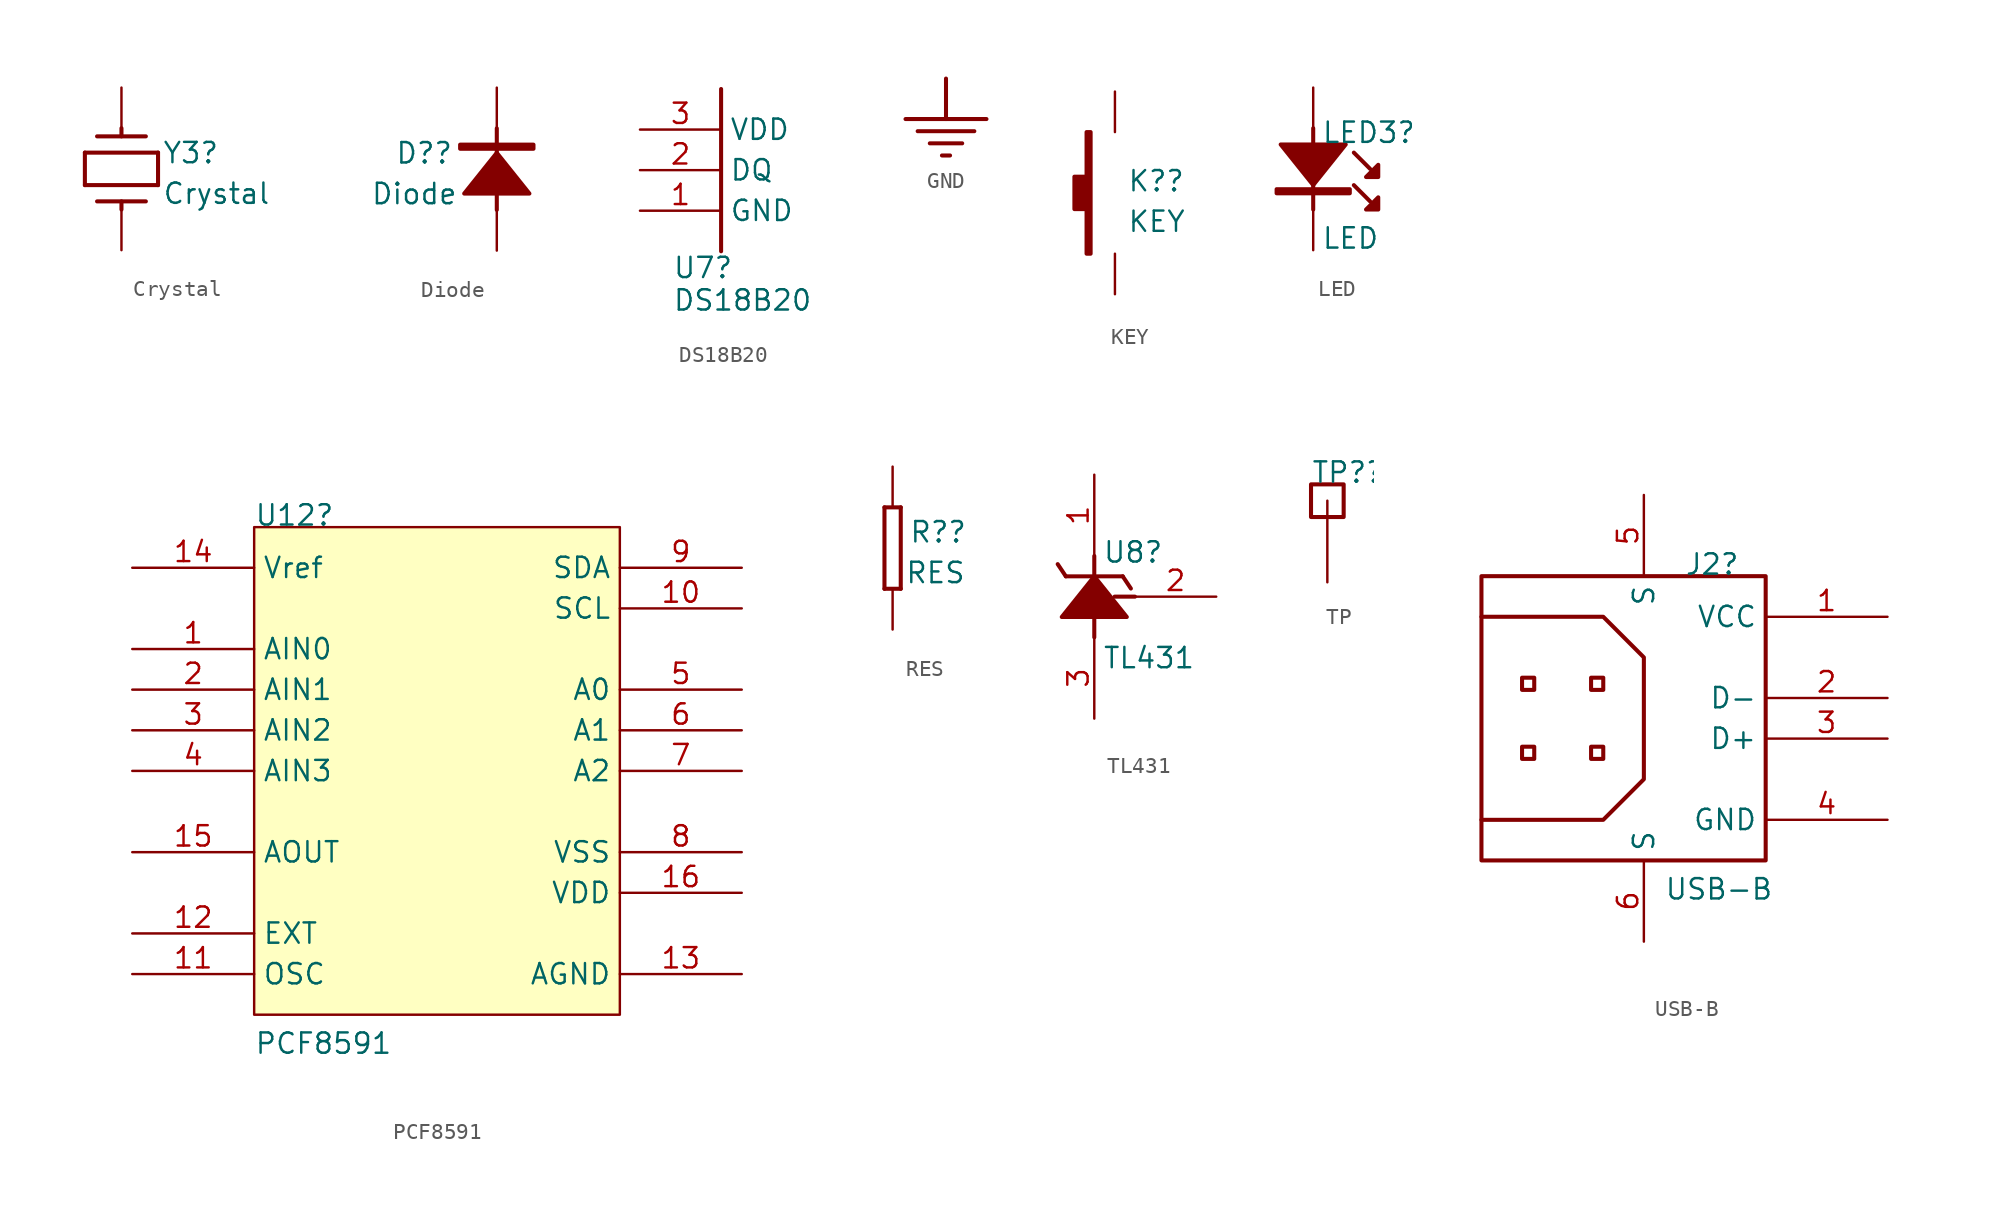
<source format=kicad_sym>
(kicad_symbol_lib
  (version 20211014)
  (generator kicad_symbol_editor)
  (symbol "Crystal"
    (property "Reference" "Y3"
      (at 5.08 5.334 0)
      (effects (font (size 1.27 1.27)) (justify left bottom)))
    (property "Value" "Crystal"
      (at 5.08 2.794 0)
      (effects (font (size 1.27 1.27)) (justify left bottom)))
    (symbol "Crystal_1_0"
      (polyline (pts (xy 0.254 4.064) (xy 0.254 6.096)) (stroke (width 0.254) (type default) (color 0 0 0 0)) (fill (type none)))
      (polyline (pts (xy 0.254 4.064) (xy 4.826 4.064)) (stroke (width 0.254) (type default) (color 0 0 0 0)) (fill (type none)))
      (polyline (pts (xy 0.254 6.096) (xy 4.826 6.096)) (stroke (width 0.254) (type default) (color 0 0 0 0)) (fill (type none)))
      (polyline (pts (xy 1.016 3.048) (xy 4.064 3.048)) (stroke (width 0.254) (type default) (color 0 0 0 0)) (fill (type none)))
      (polyline (pts (xy 1.016 7.112) (xy 4.064 7.112)) (stroke (width 0.254) (type default) (color 0 0 0 0)) (fill (type none)))
      (polyline (pts (xy 2.54 2.54) (xy 2.54 3.048)) (stroke (width 0.254) (type default) (color 0 0 0 0)) (fill (type none)))
      (polyline (pts (xy 2.54 7.112) (xy 2.54 7.62)) (stroke (width 0.254) (type default) (color 0 0 0 0)) (fill (type none)))
      (polyline (pts (xy 4.826 4.064) (xy 4.826 6.096)) (stroke (width 0.254) (type default) (color 0 0 0 0)) (fill (type none)))
      (pin passive line (at 2.54 0 90) (length 2.54) (name "1" (effects (font (size 0 0)))) (number "1" (effects (font (size 0 0)))))
      (pin passive line (at 2.54 10.16 270) (length 2.54) (name "2" (effects (font (size 0 0)))) (number "2" (effects (font (size 0 0)))))))
  (symbol "Diode"
    (property "Reference" "D?"
      (at -6.35 5.334 0)
      (effects (font (size 1.27 1.27)) (justify left bottom)))
    (property "Value" "Diode"
      (at -7.874 2.794 0)
      (effects (font (size 1.27 1.27)) (justify left bottom)))
    (symbol "Diode_1_0"
      (polyline (pts (xy 0 2.54) (xy 0 7.62)) (stroke (width 0.254) (type default) (color 0 0 0 0)) (fill (type none)))
      (polyline (pts (xy -2.032 3.556) (xy 0 6.096) (xy 2.032 3.556) (xy -2.032 3.556)) (stroke (width 0.254) (type default) (color 0 0 0 0)) (fill (type outline)))
      (polyline (pts (xy -2.286 6.35) (xy -2.286 6.604) (xy 2.286 6.604) (xy 2.286 6.35) (xy -2.286 6.35)) (stroke (width 0.254) (type default) (color 0 0 0 0)) (fill (type outline)))
      (pin passive line (at 0 0 90) (length 2.54) (name "1" (effects (font (size 0 0)))) (number "A" (effects (font (size 0 0)))))
      (pin passive line (at 0 10.16 270) (length 2.54) (name "2" (effects (font (size 0 0)))) (number "K" (effects (font (size 0 0)))))))
  (symbol "DS18B20"
    (property "Reference" "U7"
      (at -5.588 -6.858 0)
      (effects (font (size 1.27 1.27)) (justify left bottom)))
    (property "Value" "DS18B20"
      (at -5.588 -8.89 0)
      (effects (font (size 1.27 1.27)) (justify left bottom)))
    (symbol "DS18B20_1_0"
      (polyline (pts (xy -2.54 -5.08) (xy -2.54 5.08)) (stroke (width 0.254) (type default) (color 0 0 0 0)) (fill (type none)))
      (pin passive line (at -7.62 -2.54 0) (length 5.08) (name "GND" (effects (font (size 1.27 1.27)))) (number "1" (effects (font (size 1.27 1.27)))))
      (pin passive line (at -7.62 0 0) (length 5.08) (name "DQ" (effects (font (size 1.27 1.27)))) (number "2" (effects (font (size 1.27 1.27)))))
      (pin passive line (at -7.62 2.54 0) (length 5.08) (name "VDD" (effects (font (size 1.27 1.27)))) (number "3" (effects (font (size 1.27 1.27)))))))
  (symbol "GND"
    (power)
    (property "Reference" "#PWR?"
      (at 0 0 0)
      (effects (font (size 1.27 1.27)) hide))
    (symbol "GND_0_0"
      (polyline (pts (xy -2.54 -2.54) (xy 2.54 -2.54)) (stroke (width 0.254) (type default) (color 0 0 0 0)) (fill (type none)))
      (polyline (pts (xy -1.778 -3.302) (xy 1.778 -3.302)) (stroke (width 0.254) (type default) (color 0 0 0 0)) (fill (type none)))
      (polyline (pts (xy -1.016 -4.064) (xy 1.016 -4.064)) (stroke (width 0.254) (type default) (color 0 0 0 0)) (fill (type none)))
      (polyline (pts (xy -0.254 -4.826) (xy 0.254 -4.826)) (stroke (width 0.254) (type default) (color 0 0 0 0)) (fill (type none)))
      (polyline (pts (xy 0 0) (xy 0 -2.54)) (stroke (width 0.254) (type default) (color 0 0 0 0)) (fill (type none)))
      (pin power_in line (at 0 0 0) (length 0) hide (name "GND" (effects (font (size 1.27 1.27)))) (number "" (effects (font (size 1.27 1.27)))))))
  (symbol "KEY"
    (property "Reference" "K?"
      (at 3.302 6.35 0)
      (effects (font (size 1.27 1.27)) (justify left bottom)))
    (property "Value" "KEY"
      (at 3.302 3.81 0)
      (effects (font (size 1.27 1.27)) (justify left bottom)))
    (symbol "KEY_1_0"
      (polyline (pts (xy 0.762 2.54) (xy 1.016 2.54) (xy 1.016 10.16) (xy 0.762 10.16) (xy 0.762 7.366) (xy 0 7.366) (xy 0 5.334) (xy 0.762 5.334) (xy 0.762 2.54)) (stroke (width 0.254) (type default) (color 0 0 0 0)) (fill (type outline)))
      (pin passive line (at 2.54 0 90) (length 2.54) (name "1" (effects (font (size 0 0)))) (number "1" (effects (font (size 0 0)))))
      (pin passive line (at 2.54 12.7 270) (length 2.54) (name "2" (effects (font (size 0 0)))) (number "2" (effects (font (size 0 0)))))))
  (symbol "LED"
    (property "Reference" "LED3"
      (at 0.508 -3.556 0)
      (effects (font (size 1.27 1.27)) (justify left bottom)))
    (property "Value" "LED"
      (at 0.508 -10.16 0)
      (effects (font (size 1.27 1.27)) (justify left bottom)))
    (symbol "LED_1_0"
      (polyline (pts (xy 0 -2.54) (xy 0 -7.62)) (stroke (width 0.254) (type default) (color 0 0 0 0)) (fill (type none)))
      (polyline (pts (xy 3.556 -7.112) (xy 2.54 -6.096)) (stroke (width 0.254) (type default) (color 0 0 0 0)) (fill (type none)))
      (polyline (pts (xy 3.556 -5.08) (xy 2.54 -4.064)) (stroke (width 0.254) (type default) (color 0 0 0 0)) (fill (type none)))
      (polyline (pts (xy 2.032 -3.556) (xy 0 -6.096) (xy -2.032 -3.556) (xy 2.032 -3.556)) (stroke (width 0.254) (type default) (color 0 0 0 0)) (fill (type outline)))
      (polyline (pts (xy 4.064 -6.858) (xy 4.064 -7.62) (xy 3.302 -7.62) (xy 4.064 -6.858)) (stroke (width 0.254) (type default) (color 0 0 0 0)) (fill (type outline)))
      (polyline (pts (xy 4.064 -4.826) (xy 4.064 -5.588) (xy 3.302 -5.588) (xy 4.064 -4.826)) (stroke (width 0.254) (type default) (color 0 0 0 0)) (fill (type outline)))
      (polyline (pts (xy 2.286 -6.35) (xy 2.286 -6.604) (xy -2.286 -6.604) (xy -2.286 -6.35) (xy 2.286 -6.35)) (stroke (width 0.254) (type default) (color 0 0 0 0)) (fill (type outline)))
      (pin passive line (at 0 0 270) (length 2.54) (name "1" (effects (font (size 0 0)))) (number "A" (effects (font (size 0 0)))))
      (pin passive line (at 0 -10.16 90) (length 2.54) (name "2" (effects (font (size 0 0)))) (number "K" (effects (font (size 0 0)))))))
  (symbol "PCF8591"
    (property "Reference" "U12"
      (at -22.86 0 0)
      (effects (font (size 1.27 1.27)) (justify left bottom)))
    (property "Value" "PCF8591"
      (at -22.86 -33.02 0)
      (effects (font (size 1.27 1.27)) (justify left bottom)))
    (symbol "PCF8591_1_0"
      (rectangle (start 0 0) (end -22.86 -30.48) (stroke (width 0) (type default) (color 0 0 0 0)) (fill (type background)))
      (pin passive line (at -30.48 -7.62 0) (length 7.62) (name "AIN0" (effects (font (size 1.27 1.27)))) (number "1" (effects (font (size 1.27 1.27)))))
      (pin passive line (at 7.62 -5.08 180) (length 7.62) (name "SCL" (effects (font (size 1.27 1.27)))) (number "10" (effects (font (size 1.27 1.27)))))
      (pin passive line (at -30.48 -27.94 0) (length 7.62) (name "OSC" (effects (font (size 1.27 1.27)))) (number "11" (effects (font (size 1.27 1.27)))))
      (pin passive line (at -30.48 -25.4 0) (length 7.62) (name "EXT" (effects (font (size 1.27 1.27)))) (number "12" (effects (font (size 1.27 1.27)))))
      (pin passive line (at 7.62 -27.94 180) (length 7.62) (name "AGND" (effects (font (size 1.27 1.27)))) (number "13" (effects (font (size 1.27 1.27)))))
      (pin passive line (at -30.48 -2.54 0) (length 7.62) (name "Vref" (effects (font (size 1.27 1.27)))) (number "14" (effects (font (size 1.27 1.27)))))
      (pin passive line (at -30.48 -20.32 0) (length 7.62) (name "AOUT" (effects (font (size 1.27 1.27)))) (number "15" (effects (font (size 1.27 1.27)))))
      (pin passive line (at 7.62 -22.86 180) (length 7.62) (name "VDD" (effects (font (size 1.27 1.27)))) (number "16" (effects (font (size 1.27 1.27)))))
      (pin passive line (at -30.48 -10.16 0) (length 7.62) (name "AIN1" (effects (font (size 1.27 1.27)))) (number "2" (effects (font (size 1.27 1.27)))))
      (pin passive line (at -30.48 -12.7 0) (length 7.62) (name "AIN2" (effects (font (size 1.27 1.27)))) (number "3" (effects (font (size 1.27 1.27)))))
      (pin passive line (at -30.48 -15.24 0) (length 7.62) (name "AIN3" (effects (font (size 1.27 1.27)))) (number "4" (effects (font (size 1.27 1.27)))))
      (pin passive line (at 7.62 -10.16 180) (length 7.62) (name "A0" (effects (font (size 1.27 1.27)))) (number "5" (effects (font (size 1.27 1.27)))))
      (pin passive line (at 7.62 -12.7 180) (length 7.62) (name "A1" (effects (font (size 1.27 1.27)))) (number "6" (effects (font (size 1.27 1.27)))))
      (pin passive line (at 7.62 -15.24 180) (length 7.62) (name "A2" (effects (font (size 1.27 1.27)))) (number "7" (effects (font (size 1.27 1.27)))))
      (pin passive line (at 7.62 -20.32 180) (length 7.62) (name "VSS" (effects (font (size 1.27 1.27)))) (number "8" (effects (font (size 1.27 1.27)))))
      (pin passive line (at 7.62 -2.54 180) (length 7.62) (name "SDA" (effects (font (size 1.27 1.27)))) (number "9" (effects (font (size 1.27 1.27)))))))
  (symbol "RES"
    (property "Reference" "R?"
      (at 1.016 -4.826 0)
      (effects (font (size 1.27 1.27)) (justify left bottom)))
    (property "Value" "RES"
      (at 0.762 -7.366 0)
      (effects (font (size 1.27 1.27)) (justify left bottom)))
    (symbol "RES_1_0"
      (polyline (pts (xy -0.508 -2.54) (xy -0.508 -7.62)) (stroke (width 0.254) (type default) (color 0 0 0 0)) (fill (type none)))
      (polyline (pts (xy 0.508 -7.62) (xy -0.508 -7.62)) (stroke (width 0.254) (type default) (color 0 0 0 0)) (fill (type none)))
      (polyline (pts (xy 0.508 -7.62) (xy 0.508 -2.54)) (stroke (width 0.254) (type default) (color 0 0 0 0)) (fill (type none)))
      (polyline (pts (xy 0.508 -2.54) (xy -0.508 -2.54)) (stroke (width 0.254) (type default) (color 0 0 0 0)) (fill (type none)))
      (pin passive line (at 0 0 270) (length 2.54) (name "1" (effects (font (size 0 0)))) (number "1" (effects (font (size 0 0)))))
      (pin passive line (at 0 -10.16 90) (length 2.54) (name "2" (effects (font (size 0 0)))) (number "2" (effects (font (size 0 0)))))))
  (symbol "TL431"
    (property "Reference" "U8"
      (at 0.508 -5.588 0)
      (effects (font (size 1.27 1.27)) (justify left bottom)))
    (property "Value" "TL431"
      (at 0.508 -12.192 0)
      (effects (font (size 1.27 1.27)) (justify left bottom)))
    (symbol "TL431_1_0"
      (polyline (pts (xy -1.778 -6.35) (xy -2.286 -5.588)) (stroke (width 0.254) (type default) (color 0 0 0 0)) (fill (type none)))
      (polyline (pts (xy -1.778 -6.35) (xy 1.778 -6.35)) (stroke (width 0.254) (type default) (color 0 0 0 0)) (fill (type none)))
      (polyline (pts (xy 0 -10.16) (xy 0 -8.89)) (stroke (width 0.254) (type default) (color 0 0 0 0)) (fill (type none)))
      (polyline (pts (xy 0 -5.08) (xy 0 -6.35)) (stroke (width 0.254) (type default) (color 0 0 0 0)) (fill (type none)))
      (polyline (pts (xy 1.778 -6.35) (xy 2.286 -7.112)) (stroke (width 0.254) (type default) (color 0 0 0 0)) (fill (type none)))
      (polyline (pts (xy 2.54 -7.62) (xy 1.27 -7.62)) (stroke (width 0.254) (type default) (color 0 0 0 0)) (fill (type none)))
      (polyline (pts (xy 2.032 -8.89) (xy 0 -6.35) (xy -2.032 -8.89) (xy 2.032 -8.89)) (stroke (width 0.254) (type default) (color 0 0 0 0)) (fill (type outline)))
      (pin power_in line (at 0 0 270) (length 5.08) (name "CATHODE" (effects (font (size 0 0)))) (number "1" (effects (font (size 1.27 1.27)))))
      (pin passive line (at 7.62 -7.62 180) (length 5.08) (name "REF" (effects (font (size 0 0)))) (number "2" (effects (font (size 1.27 1.27)))))
      (pin power_in line (at 0 -15.24 90) (length 5.08) (name "ANODE" (effects (font (size 0 0)))) (number "3" (effects (font (size 1.27 1.27)))))))
  (symbol "TP"
    (property "Reference" "TP?"
      (at -1.016 1.016 0)
      (effects (font (size 1.27 1.27)) (justify left bottom)))
    (symbol "TP_1_0"
      (polyline (pts (xy -1.016 1.016) (xy -1.016 -1.016) (xy 1.016 -1.016) (xy 1.016 1.016) (xy -1.016 1.016)) (stroke (width 0.254) (type default) (color 0 0 0 0)) (fill (type none)))
      (pin passive line (at 0 -5.08 90) (length 5.08) (name "" (effects (font (size 0 0)))) (number "1" (effects (font (size 0 0)))))))
  (symbol "USB-B"
    (property "Reference" "J2"
      (at 12.7 0 0)
      (effects (font (size 1.27 1.27)) (justify left bottom)))
    (property "Value" "USB-B"
      (at 11.43 -20.32 0)
      (effects (font (size 1.27 1.27)) (justify left bottom)))
    (symbol "USB-B_1_0"
      (polyline (pts (xy 0 0) (xy 17.78 0) (xy 17.78 -17.78) (xy 0 -17.78) (xy 0 0)) (stroke (width 0.254) (type default) (color 0 0 0 0)) (fill (type none)))
      (polyline (pts (xy 3.302 -10.668) (xy 2.54 -10.668) (xy 2.54 -11.43) (xy 3.302 -11.43) (xy 3.302 -10.668)) (stroke (width 0.254) (type default) (color 0 0 0 0)) (fill (type none)))
      (polyline (pts (xy 3.302 -6.35) (xy 2.54 -6.35) (xy 2.54 -7.112) (xy 3.302 -7.112) (xy 3.302 -6.35)) (stroke (width 0.254) (type default) (color 0 0 0 0)) (fill (type none)))
      (polyline (pts (xy 7.62 -10.668) (xy 6.858 -10.668) (xy 6.858 -11.43) (xy 7.62 -11.43) (xy 7.62 -10.668)) (stroke (width 0.254) (type default) (color 0 0 0 0)) (fill (type none)))
      (polyline (pts (xy 7.62 -6.35) (xy 6.858 -6.35) (xy 6.858 -7.112) (xy 7.62 -7.112) (xy 7.62 -6.35)) (stroke (width 0.254) (type default) (color 0 0 0 0)) (fill (type none)))
      (polyline (pts (xy 0 -2.54) (xy 7.62 -2.54) (xy 10.16 -5.08) (xy 10.16 -12.7) (xy 7.62 -15.24) (xy 0 -15.24)) (stroke (width 0.254) (type default) (color 0 0 0 0)) (fill (type none)))
      (pin passive line (at 25.4 -2.54 180) (length 7.62) (name "VCC" (effects (font (size 1.27 1.27)))) (number "1" (effects (font (size 1.27 1.27)))))
      (pin passive line (at 25.4 -7.62 180) (length 7.62) (name "D-" (effects (font (size 1.27 1.27)))) (number "2" (effects (font (size 1.27 1.27)))))
      (pin passive line (at 25.4 -10.16 180) (length 7.62) (name "D+" (effects (font (size 1.27 1.27)))) (number "3" (effects (font (size 1.27 1.27)))))
      (pin passive line (at 25.4 -15.24 180) (length 7.62) (name "GND" (effects (font (size 1.27 1.27)))) (number "4" (effects (font (size 1.27 1.27)))))
      (pin passive line (at 10.16 5.08 270) (length 5.08) (name "S" (effects (font (size 1.27 1.27)))) (number "5" (effects (font (size 1.27 1.27)))))
      (pin passive line (at 10.16 -22.86 90) (length 5.08) (name "S" (effects (font (size 1.27 1.27)))) (number "6" (effects (font (size 1.27 1.27))))))))
</source>
